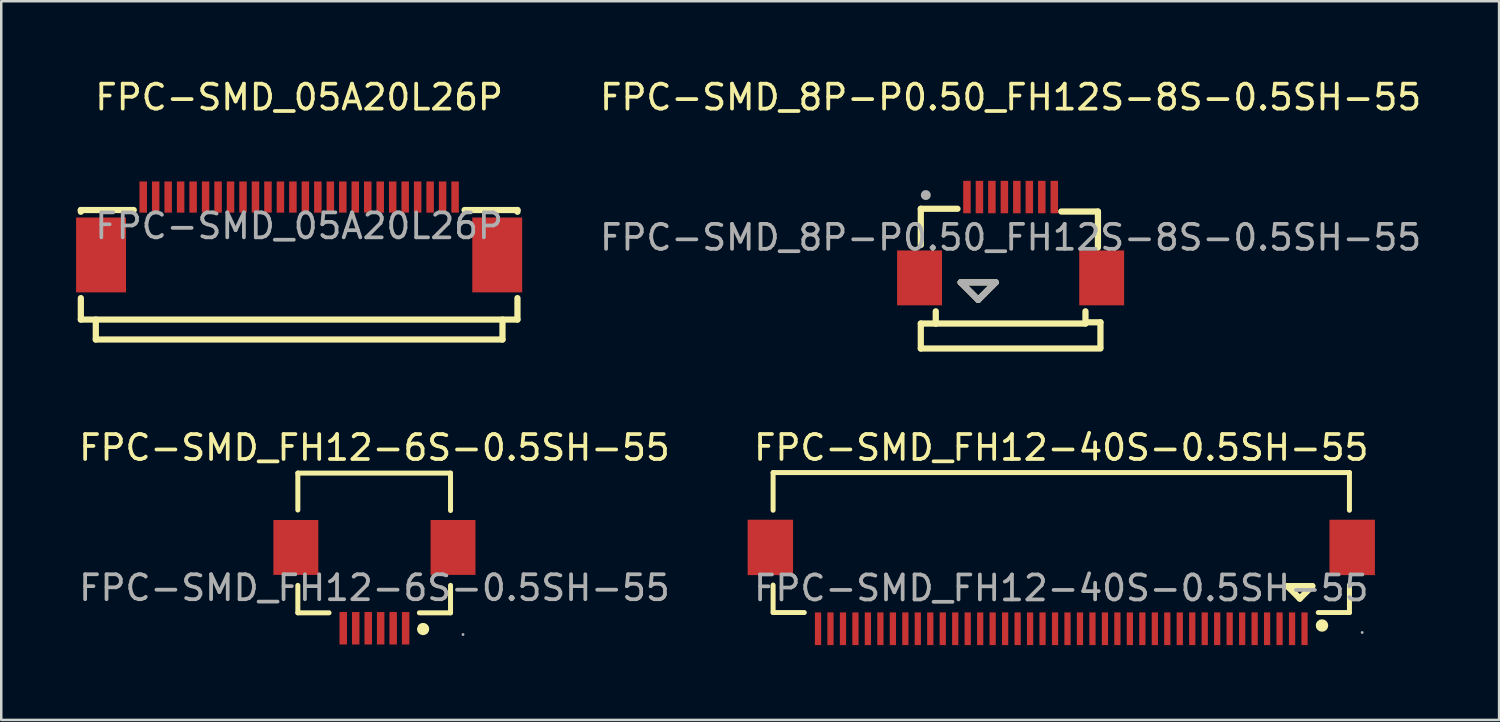
<source format=kicad_pcb>
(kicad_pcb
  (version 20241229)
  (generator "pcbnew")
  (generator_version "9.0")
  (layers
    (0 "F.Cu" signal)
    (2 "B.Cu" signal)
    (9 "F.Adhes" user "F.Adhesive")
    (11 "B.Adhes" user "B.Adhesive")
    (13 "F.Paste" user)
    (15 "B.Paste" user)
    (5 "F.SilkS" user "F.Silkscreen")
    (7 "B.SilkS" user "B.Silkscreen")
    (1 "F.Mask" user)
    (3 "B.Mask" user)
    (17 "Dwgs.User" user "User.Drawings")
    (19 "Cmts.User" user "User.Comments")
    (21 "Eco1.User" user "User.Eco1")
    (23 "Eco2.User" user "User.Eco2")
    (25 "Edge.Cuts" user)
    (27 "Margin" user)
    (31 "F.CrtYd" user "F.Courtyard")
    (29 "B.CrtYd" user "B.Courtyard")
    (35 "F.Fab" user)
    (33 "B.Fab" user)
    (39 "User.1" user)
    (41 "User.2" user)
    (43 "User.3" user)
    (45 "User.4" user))
  (footprint "FPC-SMD_FH12-6S-0.5SH-55"
    (layer "F.Cu")
    (at 11.958 20.512)
    (property "Reference" "FPC-SMD_FH12-6S-0.5SH-55" (at 0 -5.62 0) (layer "F.SilkS") (effects (font (size 1 1) (thickness 0.15))))
    (attr smd)
    (fp_line (start -3.07 -4.6) (end 3.05 -4.6) (stroke (width 0.2) (type solid)) (layer "F.SilkS"))
    (fp_line (start -3.07 -3.12) (end -3.07 -4.6) (stroke (width 0.2) (type solid)) (layer "F.SilkS"))
    (fp_line (start -3.07 1) (end -3.07 -0.1) (stroke (width 0.2) (type solid)) (layer "F.SilkS"))
    (fp_line (start -1.82 1) (end -3.07 1) (stroke (width 0.2) (type solid)) (layer "F.SilkS"))
    (fp_line (start 3.05 -4.6) (end 3.05 -3.1) (stroke (width 0.2) (type solid)) (layer "F.SilkS"))
    (fp_line (start 3.05 -0.1) (end 3.05 1) (stroke (width 0.2) (type solid)) (layer "F.SilkS"))
    (fp_line (start 3.05 1) (end 1.8 1) (stroke (width 0.2) (type solid)) (layer "F.SilkS"))
    (fp_arc (start 1.86 1.57) (mid 2.062584 1.692718) (end 1.829584 1.650161) (stroke (width 0.25) (type solid)) (layer "F.SilkS"))
    (fp_circle (center 3.55 1.87) (end 3.58 1.87) (stroke (width 0.06) (type solid)) (fill no) (layer "F.Fab"))
    (fp_text user "${REFERENCE}" (at 0 0 0) (layer "F.Fab") (effects (font (size 1 1) (thickness 0.15))))
    (pad "1" smd rect (at 1.25 1.62 270) (size 1.3 0.3) (layers "F.Cu" "F.Mask" "F.Paste"))
    (pad "2" smd rect (at 0.75 1.62 270) (size 1.3 0.3) (layers "F.Cu" "F.Mask" "F.Paste"))
    (pad "3" smd rect (at 0.25 1.62 270) (size 1.3 0.3) (layers "F.Cu" "F.Mask" "F.Paste"))
    (pad "4" smd rect (at -0.25 1.62 270) (size 1.3 0.3) (layers "F.Cu" "F.Mask" "F.Paste"))
    (pad "5" smd rect (at -0.75 1.62 270) (size 1.3 0.3) (layers "F.Cu" "F.Mask" "F.Paste"))
    (pad "6" smd rect (at -1.25 1.62 270) (size 1.3 0.3) (layers "F.Cu" "F.Mask" "F.Paste"))
    (pad "7" smd rect (at 3.15 -1.62 90) (size 2.2 1.8) (layers "F.Cu" "F.Mask" "F.Paste"))
    (pad "8" smd rect (at -3.15 -1.62 90) (size 2.2 1.8) (layers "F.Cu" "F.Mask" "F.Paste")))
  (footprint "FPC-SMD_05A20L26P"
    (layer "F.Cu")
    (at 8.94 6.008)
    (property "Reference" "FPC-SMD_05A20L26P" (at 0 -5.16 0) (layer "F.SilkS") (effects (font (size 1 1) (thickness 0.15))))
    (attr through_hole)
    (fp_line (start -8.75 -0.64) (end -6.63 -0.64) (stroke (width 0.25) (type solid)) (layer "F.SilkS"))
    (fp_line (start -8.75 -0.57) (end -8.75 -0.64) (stroke (width 0.25) (type solid)) (layer "F.SilkS"))
    (fp_line (start -8.75 2.89) (end -8.75 3.75) (stroke (width 0.25) (type solid)) (layer "F.SilkS"))
    (fp_line (start -8.75 3.75) (end 8.75 3.75) (stroke (width 0.25) (type solid)) (layer "F.SilkS"))
    (fp_line (start -8.15 4.55) (end -8.15 3.75) (stroke (width 0.25) (type solid)) (layer "F.SilkS"))
    (fp_line (start 8.15 3.75) (end 8.15 4.55) (stroke (width 0.25) (type solid)) (layer "F.SilkS"))
    (fp_line (start 8.15 4.55) (end -8.15 4.55) (stroke (width 0.25) (type solid)) (layer "F.SilkS"))
    (fp_line (start 8.75 -0.64) (end 6.63 -0.64) (stroke (width 0.25) (type solid)) (layer "F.SilkS"))
    (fp_line (start 8.75 -0.57) (end 8.75 -0.64) (stroke (width 0.25) (type solid)) (layer "F.SilkS"))
    (fp_line (start 8.75 3.75) (end 8.75 2.89) (stroke (width 0.25) (type solid)) (layer "F.SilkS"))
    (fp_text user "${REFERENCE}" (at 0 0 0) (layer "F.Fab") (effects (font (size 1 1) (thickness 0.15))))
    (pad "1" smd rect (at -6.25 -1.16) (size 0.3 1.25) (layers "F.Cu" "F.Mask" "F.Paste"))
    (pad "2" smd rect (at -5.75 -1.16) (size 0.3 1.25) (layers "F.Cu" "F.Mask" "F.Paste"))
    (pad "3" smd rect (at -5.25 -1.16) (size 0.3 1.25) (layers "F.Cu" "F.Mask" "F.Paste"))
    (pad "4" smd rect (at -4.75 -1.16) (size 0.3 1.25) (layers "F.Cu" "F.Mask" "F.Paste"))
    (pad "5" smd rect (at -4.25 -1.16) (size 0.3 1.25) (layers "F.Cu" "F.Mask" "F.Paste"))
    (pad "6" smd rect (at -3.75 -1.16) (size 0.3 1.25) (layers "F.Cu" "F.Mask" "F.Paste"))
    (pad "7" smd rect (at -3.25 -1.16) (size 0.3 1.25) (layers "F.Cu" "F.Mask" "F.Paste"))
    (pad "8" smd rect (at -2.75 -1.16) (size 0.3 1.25) (layers "F.Cu" "F.Mask" "F.Paste"))
    (pad "9" smd rect (at -2.25 -1.16) (size 0.3 1.25) (layers "F.Cu" "F.Mask" "F.Paste"))
    (pad "10" smd rect (at -1.75 -1.16) (size 0.3 1.25) (layers "F.Cu" "F.Mask" "F.Paste"))
    (pad "11" smd rect (at -1.25 -1.16) (size 0.3 1.25) (layers "F.Cu" "F.Mask" "F.Paste"))
    (pad "12" smd rect (at -0.75 -1.16) (size 0.3 1.25) (layers "F.Cu" "F.Mask" "F.Paste"))
    (pad "13" smd rect (at -0.25 -1.16) (size 0.3 1.25) (layers "F.Cu" "F.Mask" "F.Paste"))
    (pad "14" smd rect (at 0.25 -1.16) (size 0.3 1.25) (layers "F.Cu" "F.Mask" "F.Paste"))
    (pad "15" smd rect (at 0.75 -1.16) (size 0.3 1.25) (layers "F.Cu" "F.Mask" "F.Paste"))
    (pad "16" smd rect (at 1.25 -1.16) (size 0.3 1.25) (layers "F.Cu" "F.Mask" "F.Paste"))
    (pad "17" smd rect (at 1.75 -1.16) (size 0.3 1.25) (layers "F.Cu" "F.Mask" "F.Paste"))
    (pad "18" smd rect (at 2.25 -1.16) (size 0.3 1.25) (layers "F.Cu" "F.Mask" "F.Paste"))
    (pad "19" smd rect (at 2.75 -1.16) (size 0.3 1.25) (layers "F.Cu" "F.Mask" "F.Paste"))
    (pad "20" smd rect (at 3.25 -1.16) (size 0.3 1.25) (layers "F.Cu" "F.Mask" "F.Paste"))
    (pad "21" smd rect (at 3.75 -1.16) (size 0.3 1.25) (layers "F.Cu" "F.Mask" "F.Paste"))
    (pad "22" smd rect (at 4.25 -1.16) (size 0.3 1.25) (layers "F.Cu" "F.Mask" "F.Paste"))
    (pad "23" smd rect (at 4.75 -1.16) (size 0.3 1.25) (layers "F.Cu" "F.Mask" "F.Paste"))
    (pad "24" smd rect (at 5.25 -1.16) (size 0.3 1.25) (layers "F.Cu" "F.Mask" "F.Paste"))
    (pad "25" smd rect (at 5.75 -1.16) (size 0.3 1.25) (layers "F.Cu" "F.Mask" "F.Paste"))
    (pad "26" smd rect (at 6.25 -1.16) (size 0.3 1.25) (layers "F.Cu" "F.Mask" "F.Paste"))
    (pad "27" smd rect (at 7.94 1.16) (size 2 3) (layers "F.Cu" "F.Mask" "F.Paste"))
    (pad "28" smd rect (at -7.94 1.16) (size 2 3) (layers "F.Cu" "F.Mask" "F.Paste")))
  (footprint "FPC-SMD_8P-P0.50_FH12S-8S-0.5SH-55"
    (layer "F.Cu")
    (at 37.457 6.468)
    (property "Reference" "FPC-SMD_8P-P0.50_FH12S-8S-0.5SH-55" (at 0 -5.62 0) (layer "F.SilkS") (effects (font (size 1 1) (thickness 0.15))))
    (attr smd)
    (fp_line (start -3.6 -1.15) (end -3.6 0.3) (stroke (width 0.25) (type solid)) (layer "F.SilkS"))
    (fp_line (start -3.6 3.45) (end -3 3.45) (stroke (width 0.25) (type solid)) (layer "F.SilkS"))
    (fp_line (start -3.6 4.45) (end -3.6 3.45) (stroke (width 0.25) (type solid)) (layer "F.SilkS"))
    (fp_line (start -3.6 4.45) (end 3.6 4.45) (stroke (width 0.25) (type solid)) (layer "F.SilkS"))
    (fp_line (start -3 3.45) (end -3 2.96) (stroke (width 0.25) (type solid)) (layer "F.SilkS"))
    (fp_line (start -2.13 -1.15) (end -3.6 -1.15) (stroke (width 0.25) (type solid)) (layer "F.SilkS"))
    (fp_line (start -2 1.8) (end -0.6 1.8) (stroke (width 0.25) (type solid)) (layer "F.SilkS"))
    (fp_line (start -1.3 2.5) (end -2 1.8) (stroke (width 0.25) (type solid)) (layer "F.SilkS"))
    (fp_line (start -0.6 1.8) (end -1.3 2.5) (stroke (width 0.25) (type solid)) (layer "F.SilkS"))
    (fp_line (start 3 3.4) (end 3.6 3.4) (stroke (width 0.25) (type solid)) (layer "F.SilkS"))
    (fp_line (start 3 3.45) (end -3 3.45) (stroke (width 0.25) (type solid)) (layer "F.SilkS"))
    (fp_line (start 3 3.45) (end 3 2.96) (stroke (width 0.25) (type solid)) (layer "F.SilkS"))
    (fp_line (start 3.5 -1.04) (end 2.03 -1.04) (stroke (width 0.25) (type solid)) (layer "F.SilkS"))
    (fp_line (start 3.5 0.4) (end 3.5 -1.04) (stroke (width 0.25) (type solid)) (layer "F.SilkS"))
    (fp_line (start 3.6 3.4) (end 3.6 4.4) (stroke (width 0.25) (type solid)) (layer "F.SilkS"))
    (fp_line (start -2 1.8) (end -0.6 1.8) (stroke (width 0.25) (type solid)) (layer "F.Fab"))
    (fp_line (start -1.3 2.5) (end -2 1.8) (stroke (width 0.25) (type solid)) (layer "F.Fab"))
    (fp_line (start -0.6 1.8) (end -1.3 2.5) (stroke (width 0.25) (type solid)) (layer "F.Fab"))
    (fp_circle (center -3.4 -1.7) (end -3.3 -1.7) (stroke (width 0.2) (type solid)) (fill no) (layer "F.Fab"))
    (fp_text user "${REFERENCE}" (at 0 0 0) (layer "F.Fab") (effects (font (size 1 1) (thickness 0.15))))
    (pad "1" smd rect (at -1.75 -1.62) (size 0.3 1.3) (layers "F.Cu" "F.Mask" "F.Paste"))
    (pad "2" smd rect (at -1.25 -1.62) (size 0.3 1.3) (layers "F.Cu" "F.Mask" "F.Paste"))
    (pad "3" smd rect (at -0.75 -1.62) (size 0.3 1.3) (layers "F.Cu" "F.Mask" "F.Paste"))
    (pad "4" smd rect (at -0.25 -1.62) (size 0.3 1.3) (layers "F.Cu" "F.Mask" "F.Paste"))
    (pad "5" smd rect (at 0.25 -1.62) (size 0.3 1.3) (layers "F.Cu" "F.Mask" "F.Paste"))
    (pad "6" smd rect (at 0.75 -1.62) (size 0.3 1.3) (layers "F.Cu" "F.Mask" "F.Paste"))
    (pad "7" smd rect (at 1.25 -1.62) (size 0.3 1.3) (layers "F.Cu" "F.Mask" "F.Paste"))
    (pad "8" smd rect (at 1.75 -1.62) (size 0.3 1.3) (layers "F.Cu" "F.Mask" "F.Paste"))
    (pad "9" smd rect (at 3.65 1.62) (size 1.8 2.2) (layers "F.Cu" "F.Mask" "F.Paste"))
    (pad "10" smd rect (at -3.65 1.62) (size 1.8 2.2) (layers "F.Cu" "F.Mask" "F.Paste")))
  (footprint "FPC-SMD_FH12-40S-0.5SH-55"
    (layer "F.Cu")
    (at 39.487 20.521)
    (property "Reference" "FPC-SMD_FH12-40S-0.5SH-55" (at 0 -5.63 0) (layer "F.SilkS") (effects (font (size 1 1) (thickness 0.15))))
    (attr smd)
    (fp_line (start -11.55 -4.63) (end -11.55 -3.12) (stroke (width 0.2) (type solid)) (layer "F.SilkS"))
    (fp_line (start -11.55 0.98) (end -11.55 -0.12) (stroke (width 0.2) (type solid)) (layer "F.SilkS"))
    (fp_line (start -10.3 0.98) (end -11.55 0.98) (stroke (width 0.2) (type solid)) (layer "F.SilkS"))
    (fp_line (start 9.06 -0.08) (end 10.06 -0.08) (stroke (width 0.25) (type solid)) (layer "F.SilkS"))
    (fp_line (start 9.56 0.42) (end 9.06 -0.08) (stroke (width 0.25) (type solid)) (layer "F.SilkS"))
    (fp_line (start 10.06 -0.08) (end 9.56 0.42) (stroke (width 0.25) (type solid)) (layer "F.SilkS"))
    (fp_line (start 11.55 -4.63) (end -11.55 -4.63) (stroke (width 0.2) (type solid)) (layer "F.SilkS"))
    (fp_line (start 11.55 -3.12) (end 11.55 -4.63) (stroke (width 0.2) (type solid)) (layer "F.SilkS"))
    (fp_line (start 11.55 -0.12) (end 11.55 0.98) (stroke (width 0.2) (type solid)) (layer "F.SilkS"))
    (fp_line (start 11.55 0.98) (end 10.3 0.98) (stroke (width 0.2) (type solid)) (layer "F.SilkS"))
    (fp_arc (start 10.45 1.5) (mid 10.45 1.5) (end 10.45 1.5) (stroke (width 0.25) (type solid)) (layer "F.SilkS"))
    (fp_circle (center 12.06 1.78) (end 12.09 1.78) (stroke (width 0.06) (type solid)) (fill no) (layer "F.Fab"))
    (fp_text user "${REFERENCE}" (at 0 0 0) (layer "F.Fab") (effects (font (size 1 1) (thickness 0.15))))
    (pad "1" smd rect (at 9.75 1.63 270) (size 1.31 0.25) (layers "F.Cu" "F.Mask" "F.Paste"))
    (pad "2" smd rect (at 9.25 1.63 270) (size 1.31 0.25) (layers "F.Cu" "F.Mask" "F.Paste"))
    (pad "3" smd rect (at 8.75 1.63 270) (size 1.31 0.25) (layers "F.Cu" "F.Mask" "F.Paste"))
    (pad "4" smd rect (at 8.25 1.63 270) (size 1.31 0.25) (layers "F.Cu" "F.Mask" "F.Paste"))
    (pad "5" smd rect (at 7.75 1.63 270) (size 1.31 0.25) (layers "F.Cu" "F.Mask" "F.Paste"))
    (pad "6" smd rect (at 7.25 1.63 270) (size 1.31 0.25) (layers "F.Cu" "F.Mask" "F.Paste"))
    (pad "7" smd rect (at 6.75 1.63 270) (size 1.31 0.25) (layers "F.Cu" "F.Mask" "F.Paste"))
    (pad "8" smd rect (at 6.25 1.63 270) (size 1.31 0.25) (layers "F.Cu" "F.Mask" "F.Paste"))
    (pad "9" smd rect (at 5.75 1.63 270) (size 1.31 0.25) (layers "F.Cu" "F.Mask" "F.Paste"))
    (pad "10" smd rect (at 5.25 1.63 270) (size 1.31 0.25) (layers "F.Cu" "F.Mask" "F.Paste"))
    (pad "11" smd rect (at 4.75 1.63 270) (size 1.31 0.25) (layers "F.Cu" "F.Mask" "F.Paste"))
    (pad "12" smd rect (at 4.25 1.63 270) (size 1.31 0.25) (layers "F.Cu" "F.Mask" "F.Paste"))
    (pad "13" smd rect (at 3.75 1.63 270) (size 1.31 0.25) (layers "F.Cu" "F.Mask" "F.Paste"))
    (pad "14" smd rect (at 3.25 1.63 270) (size 1.31 0.25) (layers "F.Cu" "F.Mask" "F.Paste"))
    (pad "15" smd rect (at 2.75 1.63 270) (size 1.31 0.25) (layers "F.Cu" "F.Mask" "F.Paste"))
    (pad "16" smd rect (at 2.25 1.63 270) (size 1.31 0.25) (layers "F.Cu" "F.Mask" "F.Paste"))
    (pad "17" smd rect (at 1.75 1.63 270) (size 1.31 0.25) (layers "F.Cu" "F.Mask" "F.Paste"))
    (pad "18" smd rect (at 1.25 1.63 270) (size 1.31 0.25) (layers "F.Cu" "F.Mask" "F.Paste"))
    (pad "19" smd rect (at 0.75 1.63 270) (size 1.31 0.25) (layers "F.Cu" "F.Mask" "F.Paste"))
    (pad "20" smd rect (at 0.25 1.63 270) (size 1.31 0.25) (layers "F.Cu" "F.Mask" "F.Paste"))
    (pad "21" smd rect (at -0.25 1.63 270) (size 1.31 0.25) (layers "F.Cu" "F.Mask" "F.Paste"))
    (pad "22" smd rect (at -0.75 1.63 270) (size 1.31 0.25) (layers "F.Cu" "F.Mask" "F.Paste"))
    (pad "23" smd rect (at -1.25 1.63 270) (size 1.31 0.25) (layers "F.Cu" "F.Mask" "F.Paste"))
    (pad "24" smd rect (at -1.75 1.63 270) (size 1.31 0.25) (layers "F.Cu" "F.Mask" "F.Paste"))
    (pad "25" smd rect (at -2.25 1.63 270) (size 1.31 0.25) (layers "F.Cu" "F.Mask" "F.Paste"))
    (pad "26" smd rect (at -2.75 1.63 270) (size 1.31 0.25) (layers "F.Cu" "F.Mask" "F.Paste"))
    (pad "27" smd rect (at -3.25 1.63 270) (size 1.31 0.25) (layers "F.Cu" "F.Mask" "F.Paste"))
    (pad "28" smd rect (at -3.75 1.63 270) (size 1.31 0.25) (layers "F.Cu" "F.Mask" "F.Paste"))
    (pad "29" smd rect (at -4.25 1.63 270) (size 1.31 0.25) (layers "F.Cu" "F.Mask" "F.Paste"))
    (pad "30" smd rect (at -4.75 1.63 270) (size 1.31 0.25) (layers "F.Cu" "F.Mask" "F.Paste"))
    (pad "31" smd rect (at -5.25 1.63 270) (size 1.31 0.25) (layers "F.Cu" "F.Mask" "F.Paste"))
    (pad "32" smd rect (at -5.75 1.63 270) (size 1.31 0.25) (layers "F.Cu" "F.Mask" "F.Paste"))
    (pad "33" smd rect (at -6.25 1.63 270) (size 1.31 0.25) (layers "F.Cu" "F.Mask" "F.Paste"))
    (pad "34" smd rect (at -6.75 1.63 270) (size 1.31 0.25) (layers "F.Cu" "F.Mask" "F.Paste"))
    (pad "35" smd rect (at -7.25 1.63 270) (size 1.31 0.25) (layers "F.Cu" "F.Mask" "F.Paste"))
    (pad "36" smd rect (at -7.75 1.63 270) (size 1.31 0.25) (layers "F.Cu" "F.Mask" "F.Paste"))
    (pad "37" smd rect (at -8.25 1.63 270) (size 1.31 0.25) (layers "F.Cu" "F.Mask" "F.Paste"))
    (pad "38" smd rect (at -8.75 1.63 270) (size 1.31 0.25) (layers "F.Cu" "F.Mask" "F.Paste"))
    (pad "39" smd rect (at -9.25 1.63 270) (size 1.31 0.25) (layers "F.Cu" "F.Mask" "F.Paste"))
    (pad "40" smd rect (at -9.75 1.63 270) (size 1.31 0.25) (layers "F.Cu" "F.Mask" "F.Paste"))
    (pad "41" smd rect (at 11.66 -1.63 90) (size 2.22 1.82) (layers "F.Cu" "F.Mask" "F.Paste"))
    (pad "42" smd rect (at -11.66 -1.63 90) (size 2.22 1.82) (layers "F.Cu" "F.Mask" "F.Paste")))
  (gr_rect
    (start -3 -3)
    (end 57.035 25.806)
    (stroke (width 0.1) (type default))
    (fill no)
    (layer "Edge.Cuts")))
</source>
